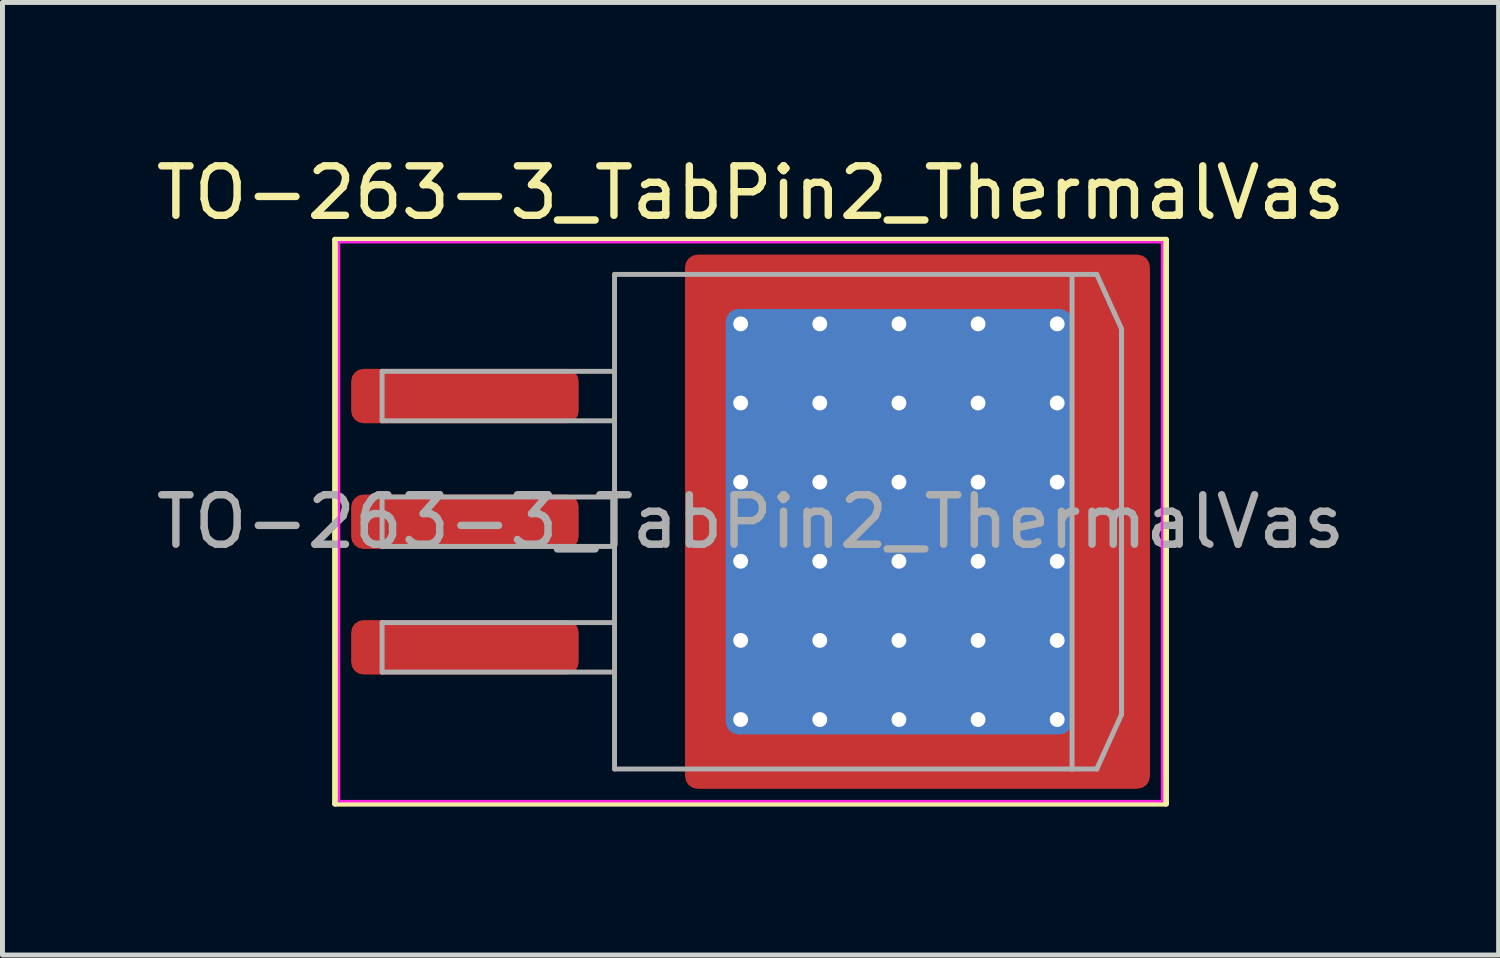
<source format=kicad_pcb>
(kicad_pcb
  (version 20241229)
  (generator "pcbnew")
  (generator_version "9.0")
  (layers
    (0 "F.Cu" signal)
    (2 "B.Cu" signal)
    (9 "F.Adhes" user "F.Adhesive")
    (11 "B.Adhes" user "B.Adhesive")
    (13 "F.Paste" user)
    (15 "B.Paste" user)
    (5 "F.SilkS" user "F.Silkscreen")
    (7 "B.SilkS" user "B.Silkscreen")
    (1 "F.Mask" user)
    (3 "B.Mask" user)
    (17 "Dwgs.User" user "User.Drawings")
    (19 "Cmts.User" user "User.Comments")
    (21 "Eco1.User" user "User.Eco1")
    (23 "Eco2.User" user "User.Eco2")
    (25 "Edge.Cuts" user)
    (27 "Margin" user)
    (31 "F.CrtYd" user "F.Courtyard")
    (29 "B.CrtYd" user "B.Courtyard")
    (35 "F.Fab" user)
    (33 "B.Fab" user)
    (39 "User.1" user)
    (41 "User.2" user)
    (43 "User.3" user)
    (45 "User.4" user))
  (footprint "TO-263-3_TabPin2_ThermalVas"
    (layer "F.Cu")
    (at 12.125 7.498)
    (property "Reference" "TO-263-3_TabPin2_ThermalVas" (at 0 -6.65 0) (layer "F.SilkS") (effects (font (size 1 1) (thickness 0.15))))
    (attr smd)
    (fp_line (start -8.4 -5.7) (end -8.4 5.7) (stroke (width 0.12) (type solid)) (layer "F.SilkS"))
    (fp_line (start -8.4 5.7) (end 8.4 5.7) (stroke (width 0.12) (type solid)) (layer "F.SilkS"))
    (fp_line (start 8.4 -5.7) (end -8.4 -5.7) (stroke (width 0.12) (type solid)) (layer "F.SilkS"))
    (fp_line (start 8.4 5.7) (end 8.4 -5.7) (stroke (width 0.12) (type solid)) (layer "F.SilkS"))
    (fp_line (start -8.32 -5.65) (end -8.32 5.65) (stroke (width 0.05) (type solid)) (layer "F.CrtYd"))
    (fp_line (start -8.32 5.65) (end 8.32 5.65) (stroke (width 0.05) (type solid)) (layer "F.CrtYd"))
    (fp_line (start 8.32 -5.65) (end -8.32 -5.65) (stroke (width 0.05) (type solid)) (layer "F.CrtYd"))
    (fp_line (start 8.32 5.65) (end 8.32 -5.65) (stroke (width 0.05) (type solid)) (layer "F.CrtYd"))
    (fp_line (start -7.45 -3.04) (end -7.45 -2.04) (stroke (width 0.1) (type solid)) (layer "F.Fab"))
    (fp_line (start -7.45 -2.04) (end -2.75 -2.04) (stroke (width 0.1) (type solid)) (layer "F.Fab"))
    (fp_line (start -7.45 -0.5) (end -7.45 0.5) (stroke (width 0.1) (type solid)) (layer "F.Fab"))
    (fp_line (start -7.45 0.5) (end -2.75 0.5) (stroke (width 0.1) (type solid)) (layer "F.Fab"))
    (fp_line (start -7.45 2.04) (end -7.45 3.04) (stroke (width 0.1) (type solid)) (layer "F.Fab"))
    (fp_line (start -7.45 3.04) (end -2.75 3.04) (stroke (width 0.1) (type solid)) (layer "F.Fab"))
    (fp_line (start -2.75 -5) (end 6.5 -5) (stroke (width 0.1) (type solid)) (layer "F.Fab"))
    (fp_line (start -2.75 -3.04) (end -7.45 -3.04) (stroke (width 0.1) (type solid)) (layer "F.Fab"))
    (fp_line (start -2.75 -0.5) (end -7.45 -0.5) (stroke (width 0.1) (type solid)) (layer "F.Fab"))
    (fp_line (start -2.75 2.04) (end -7.45 2.04) (stroke (width 0.1) (type solid)) (layer "F.Fab"))
    (fp_line (start -2.75 5) (end -2.75 -5) (stroke (width 0.1) (type solid)) (layer "F.Fab"))
    (fp_line (start 6.5 -5) (end 6.5 5) (stroke (width 0.1) (type solid)) (layer "F.Fab"))
    (fp_line (start 6.5 -5) (end 7 -5) (stroke (width 0.1) (type solid)) (layer "F.Fab"))
    (fp_line (start 6.5 5) (end -2.75 5) (stroke (width 0.1) (type solid)) (layer "F.Fab"))
    (fp_line (start 6.5 5) (end 7 5) (stroke (width 0.1) (type solid)) (layer "F.Fab"))
    (fp_line (start 7 -5) (end 7.5 -3.9) (stroke (width 0.1) (type solid)) (layer "F.Fab"))
    (fp_line (start 7 5) (end 7.5 3.9) (stroke (width 0.1) (type solid)) (layer "F.Fab"))
    (fp_line (start 7.5 -3.9) (end 7.5 3.9) (stroke (width 0.1) (type solid)) (layer "F.Fab"))
    (fp_text user "${REFERENCE}" (at 0 0 0) (layer "F.Fab") (effects (font (size 1 1) (thickness 0.15))))
    (pad "" smd roundrect (at -0.75 -4.65 90) (size 1.1 0.9) (layers "F.Paste") (roundrect_rratio 0.25))
    (pad "" smd roundrect (at -0.75 -3.2 90) (size 1.4 0.9) (layers "F.Paste") (roundrect_rratio 0.25))
    (pad "" smd roundrect (at -0.75 -1.6 90) (size 1.4 0.9) (layers "F.Paste") (roundrect_rratio 0.25))
    (pad "" smd roundrect (at -0.75 0 90) (size 1.4 0.9) (layers "F.Paste") (roundrect_rratio 0.25))
    (pad "" smd roundrect (at -0.75 1.6 90) (size 1.4 0.9) (layers "F.Paste") (roundrect_rratio 0.25))
    (pad "" smd roundrect (at -0.75 3.2 90) (size 1.4 0.9) (layers "F.Paste") (roundrect_rratio 0.25))
    (pad "" smd roundrect (at -0.75 4.65 90) (size 1.1 0.9) (layers "F.Paste") (roundrect_rratio 0.25))
    (pad "" smd roundrect (at 0.6 -4.65) (size 1.4 1.1) (layers "F.Paste") (roundrect_rratio 0.227))
    (pad "" smd roundrect (at 0.6 -3.2) (size 1.4 1.4) (layers "F.Paste") (roundrect_rratio 0.179))
    (pad "" smd roundrect (at 0.6 -1.6) (size 1.4 1.4) (layers "F.Paste") (roundrect_rratio 0.179))
    (pad "" smd roundrect (at 0.6 0) (size 1.4 1.4) (layers "F.Paste") (roundrect_rratio 0.179))
    (pad "" smd roundrect (at 0.6 1.6) (size 1.4 1.4) (layers "F.Paste") (roundrect_rratio 0.179))
    (pad "" smd roundrect (at 0.6 3.2) (size 1.4 1.4) (layers "F.Paste") (roundrect_rratio 0.179))
    (pad "" smd roundrect (at 0.6 4.65) (size 1.4 1.1) (layers "F.Paste") (roundrect_rratio 0.227))
    (pad "" smd roundrect (at 2.2 -4.65) (size 1.4 1.1) (layers "F.Paste") (roundrect_rratio 0.227))
    (pad "" smd roundrect (at 2.2 -3.2) (size 1.4 1.4) (layers "F.Paste") (roundrect_rratio 0.179))
    (pad "" smd roundrect (at 2.2 -1.6) (size 1.4 1.4) (layers "F.Paste") (roundrect_rratio 0.179))
    (pad "" smd roundrect (at 2.2 0) (size 1.4 1.4) (layers "F.Paste") (roundrect_rratio 0.179))
    (pad "" smd roundrect (at 2.2 1.6) (size 1.4 1.4) (layers "F.Paste") (roundrect_rratio 0.179))
    (pad "" smd roundrect (at 2.2 3.2) (size 1.4 1.4) (layers "F.Paste") (roundrect_rratio 0.179))
    (pad "" smd roundrect (at 2.2 4.65) (size 1.4 1.1) (layers "F.Paste") (roundrect_rratio 0.227))
    (pad "" smd roundrect (at 3.8 -4.65) (size 1.4 1.1) (layers "F.Paste") (roundrect_rratio 0.227))
    (pad "" smd roundrect (at 3.8 -3.2) (size 1.4 1.4) (layers "F.Paste") (roundrect_rratio 0.179))
    (pad "" smd roundrect (at 3.8 -1.6) (size 1.4 1.4) (layers "F.Paste") (roundrect_rratio 0.179))
    (pad "" smd roundrect (at 3.8 0) (size 1.4 1.4) (layers "F.Paste") (roundrect_rratio 0.179))
    (pad "" smd roundrect (at 3.8 1.6) (size 1.4 1.4) (layers "F.Paste") (roundrect_rratio 0.179))
    (pad "" smd roundrect (at 3.8 3.2) (size 1.4 1.4) (layers "F.Paste") (roundrect_rratio 0.179))
    (pad "" smd roundrect (at 3.8 4.65) (size 1.4 1.1) (layers "F.Paste") (roundrect_rratio 0.227))
    (pad "" smd roundrect (at 5.45 -4.65) (size 1.4 1.1) (layers "F.Paste") (roundrect_rratio 0.227))
    (pad "" smd roundrect (at 5.45 -3.2) (size 1.4 1.4) (layers "F.Paste") (roundrect_rratio 0.179))
    (pad "" smd roundrect (at 5.45 -1.6) (size 1.4 1.4) (layers "F.Paste") (roundrect_rratio 0.179))
    (pad "" smd roundrect (at 5.45 0) (size 1.4 1.4) (layers "F.Paste") (roundrect_rratio 0.179))
    (pad "" smd roundrect (at 5.45 1.6) (size 1.4 1.4) (layers "F.Paste") (roundrect_rratio 0.179))
    (pad "" smd roundrect (at 5.45 3.2) (size 1.4 1.4) (layers "F.Paste") (roundrect_rratio 0.179))
    (pad "" smd roundrect (at 5.45 4.65) (size 1.4 1.1) (layers "F.Paste") (roundrect_rratio 0.227))
    (pad "" smd roundrect (at 7.05 -4.65) (size 1.4 1.1) (layers "F.Paste") (roundrect_rratio 0.227))
    (pad "" smd roundrect (at 7.05 -3.2) (size 1.4 1.4) (layers "F.Paste") (roundrect_rratio 0.179))
    (pad "" smd roundrect (at 7.05 -1.6) (size 1.4 1.4) (layers "F.Paste") (roundrect_rratio 0.179))
    (pad "" smd roundrect (at 7.05 0) (size 1.4 1.4) (layers "F.Paste") (roundrect_rratio 0.179))
    (pad "" smd roundrect (at 7.05 1.6) (size 1.4 1.4) (layers "F.Paste") (roundrect_rratio 0.179))
    (pad "" smd roundrect (at 7.05 3.2) (size 1.4 1.4) (layers "F.Paste") (roundrect_rratio 0.179))
    (pad "" smd roundrect (at 7.05 4.65) (size 1.4 1.1) (layers "F.Paste") (roundrect_rratio 0.227))
    (pad "1" smd roundrect (at -5.775 -2.54) (size 4.6 1.1) (layers "F.Cu" "F.Mask" "F.Paste") (roundrect_rratio 0.227))
    (pad "2" smd roundrect (at -5.775 0) (size 4.6 1.1) (layers "F.Cu" "F.Mask" "F.Paste") (roundrect_rratio 0.227))
    (pad "2" thru_hole circle (at -0.2 -4) (size 0.6 0.6) (drill 0.3) (property pad_prop_heatsink) (layers "*.Cu"))
    (pad "2" thru_hole circle (at -0.2 -2.4) (size 0.6 0.6) (drill 0.3) (property pad_prop_heatsink) (layers "*.Cu"))
    (pad "2" thru_hole circle (at -0.2 -0.8) (size 0.6 0.6) (drill 0.3) (property pad_prop_heatsink) (layers "*.Cu"))
    (pad "2" thru_hole circle (at -0.2 0.8) (size 0.6 0.6) (drill 0.3) (property pad_prop_heatsink) (layers "*.Cu"))
    (pad "2" thru_hole circle (at -0.2 2.4) (size 0.6 0.6) (drill 0.3) (property pad_prop_heatsink) (layers "*.Cu"))
    (pad "2" thru_hole circle (at -0.2 4) (size 0.6 0.6) (drill 0.3) (property pad_prop_heatsink) (layers "*.Cu"))
    (pad "2" thru_hole circle (at 1.4 -4) (size 0.6 0.6) (drill 0.3) (property pad_prop_heatsink) (layers "*.Cu"))
    (pad "2" thru_hole circle (at 1.4 -2.4) (size 0.6 0.6) (drill 0.3) (property pad_prop_heatsink) (layers "*.Cu"))
    (pad "2" thru_hole circle (at 1.4 -0.8) (size 0.6 0.6) (drill 0.3) (property pad_prop_heatsink) (layers "*.Cu"))
    (pad "2" thru_hole circle (at 1.4 0.8) (size 0.6 0.6) (drill 0.3) (property pad_prop_heatsink) (layers "*.Cu"))
    (pad "2" thru_hole circle (at 1.4 2.4) (size 0.6 0.6) (drill 0.3) (property pad_prop_heatsink) (layers "*.Cu"))
    (pad "2" thru_hole circle (at 1.4 4) (size 0.6 0.6) (drill 0.3) (property pad_prop_heatsink) (layers "*.Cu"))
    (pad "2" thru_hole circle (at 3 -4) (size 0.6 0.6) (drill 0.3) (property pad_prop_heatsink) (layers "*.Cu"))
    (pad "2" thru_hole circle (at 3 -2.4) (size 0.6 0.6) (drill 0.3) (property pad_prop_heatsink) (layers "*.Cu"))
    (pad "2" thru_hole circle (at 3 -0.8) (size 0.6 0.6) (drill 0.3) (property pad_prop_heatsink) (layers "*.Cu"))
    (pad "2" smd roundrect (at 3 0) (size 7 8.6) (layers "B.Cu" "B.Mask") (roundrect_rratio 0.036))
    (pad "2" thru_hole circle (at 3 0.8) (size 0.6 0.6) (drill 0.3) (property pad_prop_heatsink) (layers "*.Cu"))
    (pad "2" thru_hole circle (at 3 2.4) (size 0.6 0.6) (drill 0.3) (property pad_prop_heatsink) (layers "*.Cu"))
    (pad "2" thru_hole circle (at 3 4) (size 0.6 0.6) (drill 0.3) (property pad_prop_heatsink) (layers "*.Cu"))
    (pad "2" smd roundrect (at 3.375 0) (size 9.4 10.8) (layers "F.Cu" "F.Mask") (roundrect_rratio 0.027))
    (pad "2" thru_hole circle (at 4.6 -4) (size 0.6 0.6) (drill 0.3) (property pad_prop_heatsink) (layers "*.Cu"))
    (pad "2" thru_hole circle (at 4.6 -2.4) (size 0.6 0.6) (drill 0.3) (property pad_prop_heatsink) (layers "*.Cu"))
    (pad "2" thru_hole circle (at 4.6 -0.8) (size 0.6 0.6) (drill 0.3) (property pad_prop_heatsink) (layers "*.Cu"))
    (pad "2" thru_hole circle (at 4.6 0.8) (size 0.6 0.6) (drill 0.3) (property pad_prop_heatsink) (layers "*.Cu"))
    (pad "2" thru_hole circle (at 4.6 2.4) (size 0.6 0.6) (drill 0.3) (property pad_prop_heatsink) (layers "*.Cu"))
    (pad "2" thru_hole circle (at 4.6 4) (size 0.6 0.6) (drill 0.3) (property pad_prop_heatsink) (layers "*.Cu"))
    (pad "2" thru_hole circle (at 6.2 -4) (size 0.6 0.6) (drill 0.3) (property pad_prop_heatsink) (layers "*.Cu"))
    (pad "2" thru_hole circle (at 6.2 -2.4) (size 0.6 0.6) (drill 0.3) (property pad_prop_heatsink) (layers "*.Cu"))
    (pad "2" thru_hole circle (at 6.2 -0.8) (size 0.6 0.6) (drill 0.3) (property pad_prop_heatsink) (layers "*.Cu"))
    (pad "2" thru_hole circle (at 6.2 0.8) (size 0.6 0.6) (drill 0.3) (property pad_prop_heatsink) (layers "*.Cu"))
    (pad "2" thru_hole circle (at 6.2 2.4) (size 0.6 0.6) (drill 0.3) (property pad_prop_heatsink) (layers "*.Cu"))
    (pad "2" thru_hole circle (at 6.2 4) (size 0.6 0.6) (drill 0.3) (property pad_prop_heatsink) (layers "*.Cu"))
    (pad "3" smd roundrect (at -5.775 2.54) (size 4.6 1.1) (layers "F.Cu" "F.Mask" "F.Paste") (roundrect_rratio 0.227)))
  (gr_rect
    (start -3 -3)
    (end 27.25 16.258)
    (stroke (width 0.1) (type default))
    (fill no)
    (layer "Edge.Cuts")))
</source>
